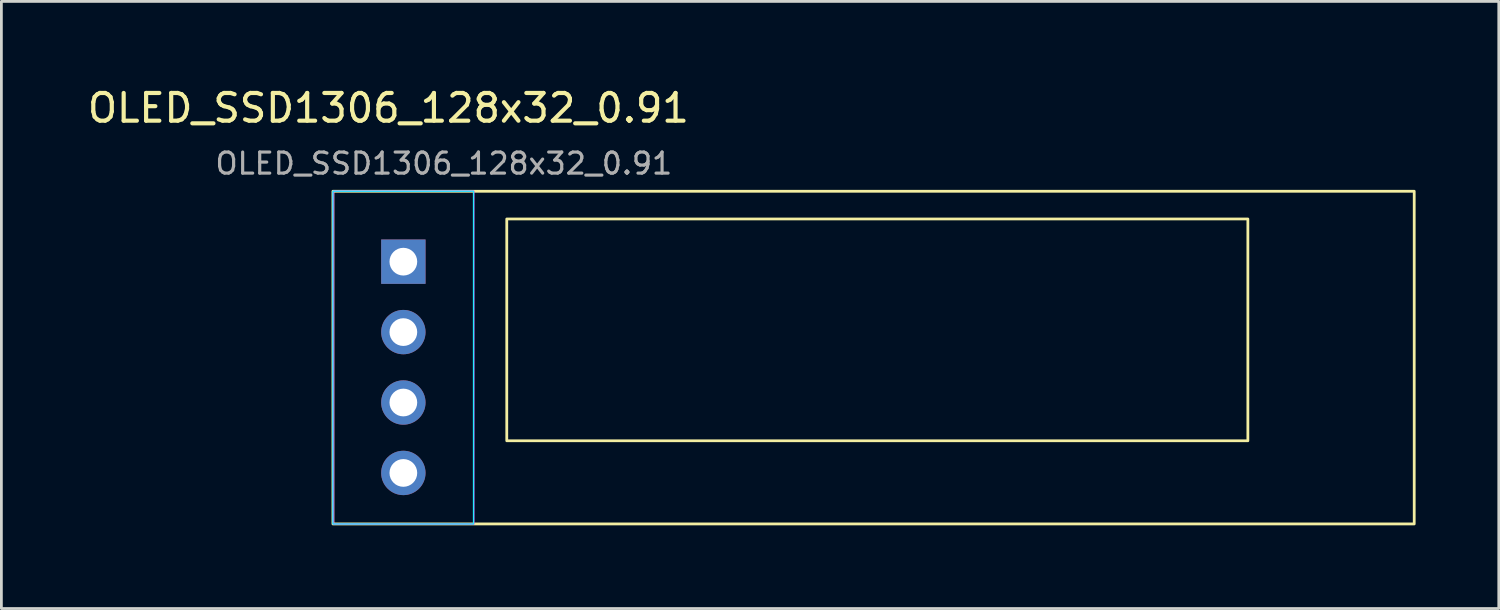
<source format=kicad_pcb>
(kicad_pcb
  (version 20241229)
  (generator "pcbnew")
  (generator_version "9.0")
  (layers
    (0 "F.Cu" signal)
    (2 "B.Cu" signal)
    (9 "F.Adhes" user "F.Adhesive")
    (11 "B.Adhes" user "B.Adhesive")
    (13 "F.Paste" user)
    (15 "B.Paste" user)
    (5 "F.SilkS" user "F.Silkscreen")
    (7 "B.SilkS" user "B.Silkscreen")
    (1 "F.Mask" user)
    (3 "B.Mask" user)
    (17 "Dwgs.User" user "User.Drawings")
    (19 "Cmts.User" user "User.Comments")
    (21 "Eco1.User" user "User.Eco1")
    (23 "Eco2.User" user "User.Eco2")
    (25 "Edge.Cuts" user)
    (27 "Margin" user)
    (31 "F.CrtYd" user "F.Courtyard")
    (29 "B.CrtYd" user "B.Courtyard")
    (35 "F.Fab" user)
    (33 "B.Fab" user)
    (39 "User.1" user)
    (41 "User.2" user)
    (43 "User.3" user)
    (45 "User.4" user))
  (footprint "OLED_SSD1306_128x32_0.91"
    (layer "F.Cu")
    (at 8.958 3.848)
    (property "Reference" "OLED_SSD1306_128x32_0.91" (at 2 -3 0) (layer "F.SilkS") (effects (font (size 1 1) (thickness 0.15))))
    (attr through_hole)
    (fp_rect (start 0 0) (end 39 12) (stroke (width 0.1) (type default)) (fill no) (layer "F.SilkS"))
    (fp_rect (start 6.27 1) (end 33 9) (stroke (width 0.1) (type default)) (fill no) (layer "F.SilkS"))
    (fp_rect (start 0 0) (end 5.072 12) (stroke (width 0.05) (type default)) (fill no) (layer "B.CrtYd"))
    (fp_rect (start 0.02 0) (end 5.08 12.001) (stroke (width 0.05) (type default)) (fill no) (layer "F.CrtYd"))
    (fp_text user "${REFERENCE}" (at 4 -1 180) (layer "F.Fab") (effects (font (size 0.76 0.76) (thickness 0.114))))
    (pad "1" thru_hole rect (at 2.54 2.54) (size 1.6 1.6) (drill 1) (layers "*.Cu" "*.Mask"))
    (pad "2" thru_hole circle (at 2.54 5.08) (size 1.6 1.6) (drill 1) (layers "*.Cu" "*.Mask"))
    (pad "3" thru_hole circle (at 2.54 7.62) (size 1.6 1.6) (drill 1) (layers "*.Cu" "*.Mask"))
    (pad "4" thru_hole circle (at 2.54 10.16) (size 1.6 1.6) (drill 1) (layers "*.Cu" "*.Mask")))
  (gr_rect
    (start -3 -3)
    (end 51.008 18.898)
    (stroke (width 0.1) (type default))
    (fill no)
    (layer "Edge.Cuts")))
</source>
